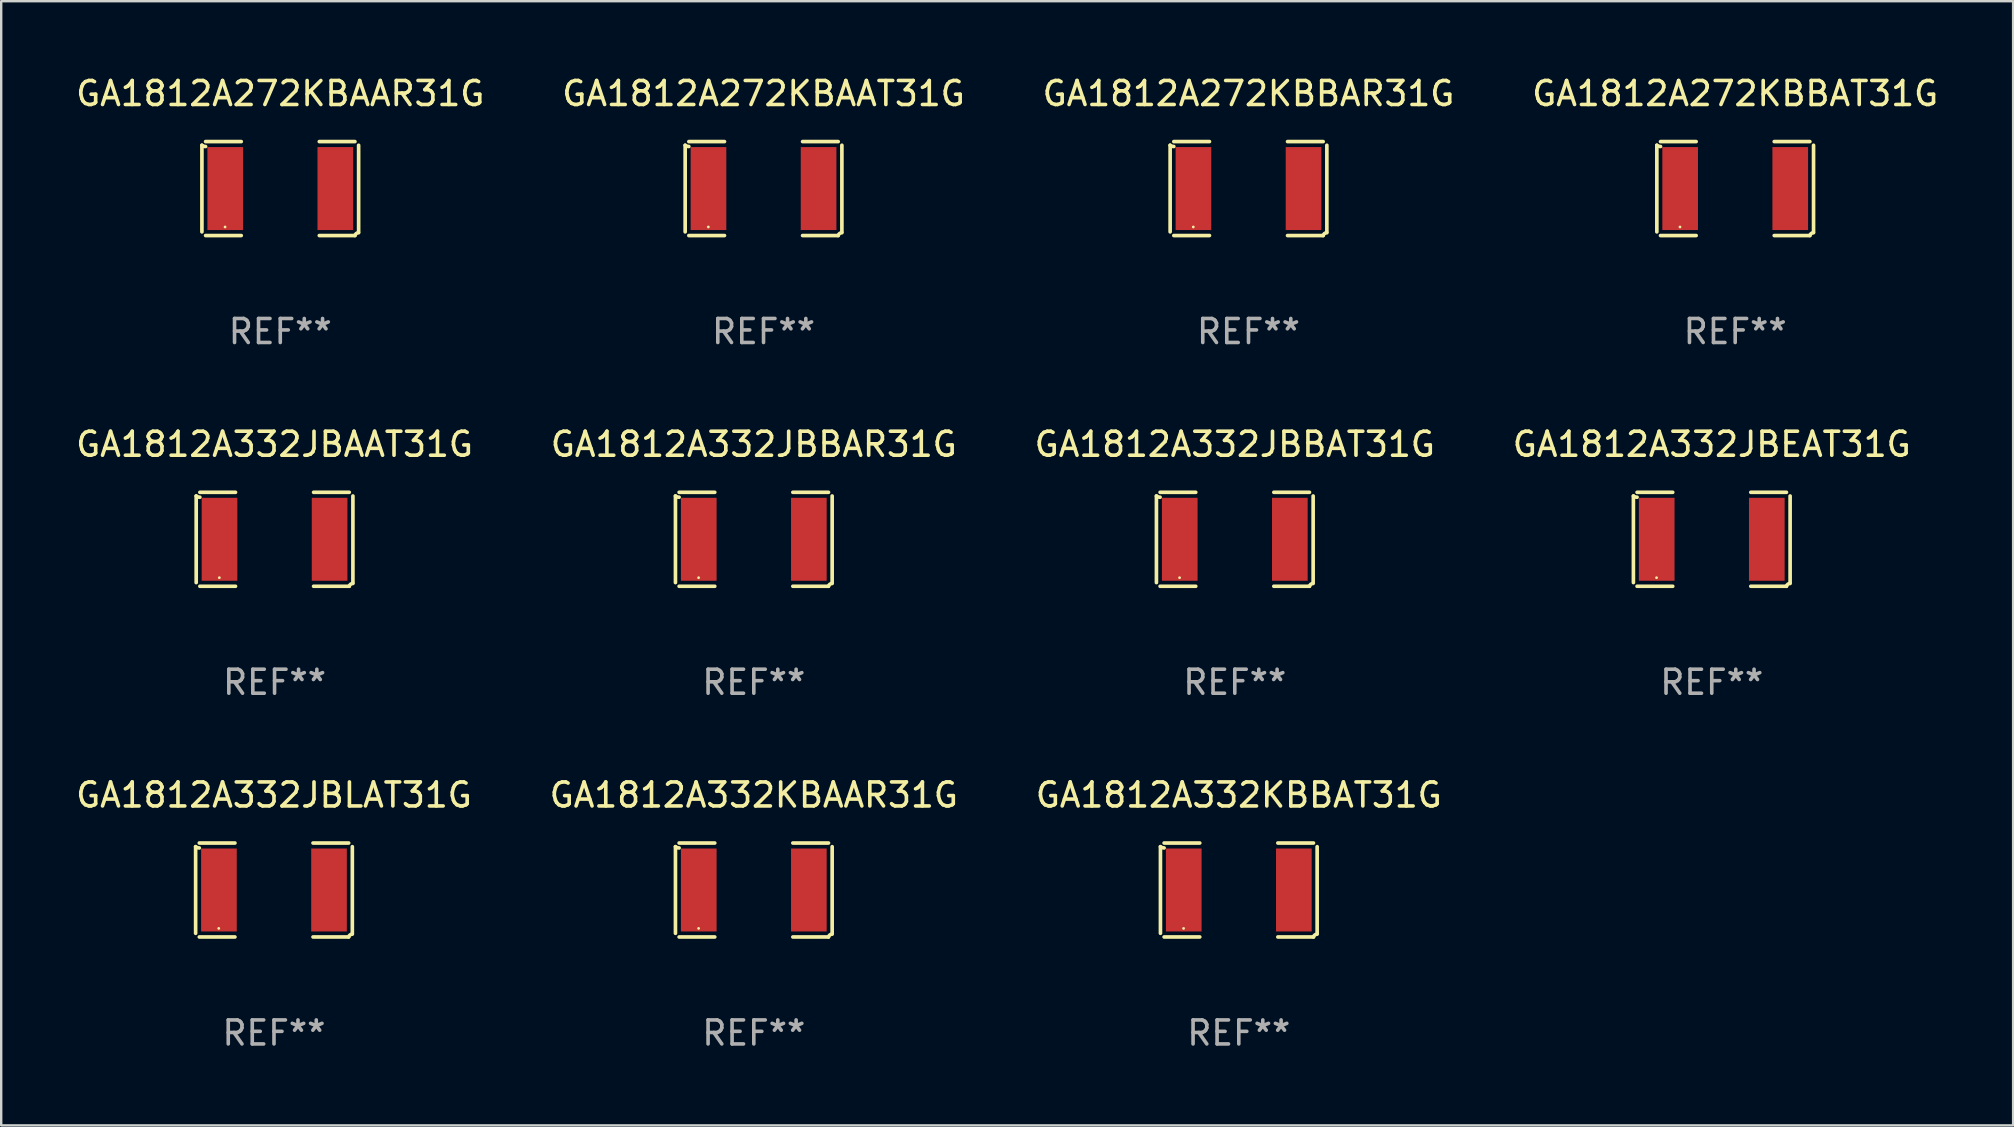
<source format=kicad_pcb>
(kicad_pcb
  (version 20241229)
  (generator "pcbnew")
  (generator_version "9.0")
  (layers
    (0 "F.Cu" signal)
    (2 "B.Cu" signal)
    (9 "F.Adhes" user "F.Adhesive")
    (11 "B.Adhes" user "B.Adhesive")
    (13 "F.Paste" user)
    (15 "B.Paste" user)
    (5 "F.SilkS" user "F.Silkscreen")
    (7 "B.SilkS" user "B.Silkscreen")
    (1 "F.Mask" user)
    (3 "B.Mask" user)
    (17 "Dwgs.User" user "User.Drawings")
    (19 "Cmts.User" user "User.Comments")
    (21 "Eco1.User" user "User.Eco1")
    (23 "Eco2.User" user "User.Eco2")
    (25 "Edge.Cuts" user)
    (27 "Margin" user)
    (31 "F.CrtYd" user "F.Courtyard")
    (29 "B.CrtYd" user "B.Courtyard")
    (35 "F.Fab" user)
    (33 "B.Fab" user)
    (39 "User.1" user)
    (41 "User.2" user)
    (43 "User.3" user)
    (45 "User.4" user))
  (footprint "GA1812A332JBEAT31G"
    (layer "F.Cu")
    (at 68.256 19.415)
    (property "Reference" "GA1812A332JBEAT31G" (at 0 -3.957 0) (layer "F.SilkS") (effects (font (size 1 1) (thickness 0.15))))
    (attr through_hole)
    (fp_line (start -3.264 1.804) (end -3.264 -1.804) (stroke (width 0.152) (type solid)) (layer "F.SilkS"))
    (fp_line (start -3.111 -1.957) (end -1.626 -1.957) (stroke (width 0.152) (type solid)) (layer "F.SilkS"))
    (fp_line (start -1.626 1.957) (end -3.111 1.957) (stroke (width 0.152) (type solid)) (layer "F.SilkS"))
    (fp_line (start 1.626 1.957) (end 3.111 1.957) (stroke (width 0.152) (type solid)) (layer "F.SilkS"))
    (fp_line (start 3.111 -1.957) (end 1.626 -1.957) (stroke (width 0.152) (type solid)) (layer "F.SilkS"))
    (fp_line (start 3.264 1.804) (end 3.264 -1.804) (stroke (width 0.152) (type solid)) (layer "F.SilkS"))
    (fp_arc (start -3.111202 -1.752192) (mid -3.191715 -1.76555) (end -3.263602 -1.804191) (stroke (width 0.1524) (type solid)) (layer "F.SilkS"))
    (fp_arc (start 3.111201 1.956591) (mid 3.167789 1.872777) (end 3.263602 1.840424) (stroke (width 0.1524) (type solid)) (layer "F.SilkS"))
    (fp_circle (center -2.3 1.6) (end -2.27 1.6) (stroke (width 0.06) (type solid)) (fill no) (layer "F.SilkS"))
    (fp_text user "REF**" (at 0 5.957 0) (layer "F.Fab") (effects (font (size 1 1) (thickness 0.15))))
    (pad "1" smd rect (at -2.293 0) (size 1.485 3.456) (layers "F.Cu" "F.Mask" "F.Paste"))
    (pad "2" smd rect (at 2.293 0) (size 1.485 3.456) (layers "F.Cu" "F.Mask" "F.Paste")))
  (footprint "GA1812A272KBBAR31G"
    (layer "F.Cu")
    (at 48.958 4.805)
    (property "Reference" "GA1812A272KBBAR31G" (at 0 -3.957 0) (layer "F.SilkS") (effects (font (size 1 1) (thickness 0.15))))
    (attr through_hole)
    (fp_line (start -3.264 1.804) (end -3.264 -1.804) (stroke (width 0.152) (type solid)) (layer "F.SilkS"))
    (fp_line (start -3.111 -1.957) (end -1.626 -1.957) (stroke (width 0.152) (type solid)) (layer "F.SilkS"))
    (fp_line (start -1.626 1.957) (end -3.111 1.957) (stroke (width 0.152) (type solid)) (layer "F.SilkS"))
    (fp_line (start 1.626 1.957) (end 3.111 1.957) (stroke (width 0.152) (type solid)) (layer "F.SilkS"))
    (fp_line (start 3.111 -1.957) (end 1.626 -1.957) (stroke (width 0.152) (type solid)) (layer "F.SilkS"))
    (fp_line (start 3.264 1.804) (end 3.264 -1.804) (stroke (width 0.152) (type solid)) (layer "F.SilkS"))
    (fp_arc (start -3.111202 -1.752192) (mid -3.191715 -1.76555) (end -3.263602 -1.804191) (stroke (width 0.1524) (type solid)) (layer "F.SilkS"))
    (fp_arc (start 3.111201 1.956591) (mid 3.167789 1.872777) (end 3.263602 1.840424) (stroke (width 0.1524) (type solid)) (layer "F.SilkS"))
    (fp_circle (center -2.3 1.6) (end -2.27 1.6) (stroke (width 0.06) (type solid)) (fill no) (layer "F.SilkS"))
    (fp_text user "REF**" (at 0 5.957 0) (layer "F.Fab") (effects (font (size 1 1) (thickness 0.15))))
    (pad "1" smd rect (at -2.293 0) (size 1.485 3.456) (layers "F.Cu" "F.Mask" "F.Paste"))
    (pad "2" smd rect (at 2.293 0) (size 1.485 3.456) (layers "F.Cu" "F.Mask" "F.Paste")))
  (footprint "GA1812A332KBAAR31G"
    (layer "F.Cu")
    (at 28.351 34.024)
    (property "Reference" "GA1812A332KBAAR31G" (at 0 -3.957 0) (layer "F.SilkS") (effects (font (size 1 1) (thickness 0.15))))
    (attr through_hole)
    (fp_line (start -3.264 1.804) (end -3.264 -1.804) (stroke (width 0.152) (type solid)) (layer "F.SilkS"))
    (fp_line (start -3.111 -1.957) (end -1.626 -1.957) (stroke (width 0.152) (type solid)) (layer "F.SilkS"))
    (fp_line (start -1.626 1.957) (end -3.111 1.957) (stroke (width 0.152) (type solid)) (layer "F.SilkS"))
    (fp_line (start 1.626 1.957) (end 3.111 1.957) (stroke (width 0.152) (type solid)) (layer "F.SilkS"))
    (fp_line (start 3.111 -1.957) (end 1.626 -1.957) (stroke (width 0.152) (type solid)) (layer "F.SilkS"))
    (fp_line (start 3.264 1.804) (end 3.264 -1.804) (stroke (width 0.152) (type solid)) (layer "F.SilkS"))
    (fp_arc (start -3.111202 -1.752192) (mid -3.191715 -1.76555) (end -3.263602 -1.804191) (stroke (width 0.1524) (type solid)) (layer "F.SilkS"))
    (fp_arc (start 3.111201 1.956591) (mid 3.167789 1.872777) (end 3.263602 1.840424) (stroke (width 0.1524) (type solid)) (layer "F.SilkS"))
    (fp_circle (center -2.3 1.6) (end -2.27 1.6) (stroke (width 0.06) (type solid)) (fill no) (layer "F.SilkS"))
    (fp_text user "REF**" (at 0 5.957 0) (layer "F.Fab") (effects (font (size 1 1) (thickness 0.15))))
    (pad "1" smd rect (at -2.293 0) (size 1.485 3.456) (layers "F.Cu" "F.Mask" "F.Paste"))
    (pad "2" smd rect (at 2.293 0) (size 1.485 3.456) (layers "F.Cu" "F.Mask" "F.Paste")))
  (footprint "GA1812A332KBBAT31G"
    (layer "F.Cu")
    (at 48.554 34.024)
    (property "Reference" "GA1812A332KBBAT31G" (at 0 -3.957 0) (layer "F.SilkS") (effects (font (size 1 1) (thickness 0.15))))
    (attr through_hole)
    (fp_line (start -3.264 1.804) (end -3.264 -1.804) (stroke (width 0.152) (type solid)) (layer "F.SilkS"))
    (fp_line (start -3.111 -1.957) (end -1.626 -1.957) (stroke (width 0.152) (type solid)) (layer "F.SilkS"))
    (fp_line (start -1.626 1.957) (end -3.111 1.957) (stroke (width 0.152) (type solid)) (layer "F.SilkS"))
    (fp_line (start 1.626 1.957) (end 3.111 1.957) (stroke (width 0.152) (type solid)) (layer "F.SilkS"))
    (fp_line (start 3.111 -1.957) (end 1.626 -1.957) (stroke (width 0.152) (type solid)) (layer "F.SilkS"))
    (fp_line (start 3.264 1.804) (end 3.264 -1.804) (stroke (width 0.152) (type solid)) (layer "F.SilkS"))
    (fp_arc (start -3.111202 -1.752192) (mid -3.191715 -1.76555) (end -3.263602 -1.804191) (stroke (width 0.1524) (type solid)) (layer "F.SilkS"))
    (fp_arc (start 3.111201 1.956591) (mid 3.167789 1.872777) (end 3.263602 1.840424) (stroke (width 0.1524) (type solid)) (layer "F.SilkS"))
    (fp_circle (center -2.3 1.6) (end -2.27 1.6) (stroke (width 0.06) (type solid)) (fill no) (layer "F.SilkS"))
    (fp_text user "REF**" (at 0 5.957 0) (layer "F.Fab") (effects (font (size 1 1) (thickness 0.15))))
    (pad "1" smd rect (at -2.293 0) (size 1.485 3.456) (layers "F.Cu" "F.Mask" "F.Paste"))
    (pad "2" smd rect (at 2.293 0) (size 1.485 3.456) (layers "F.Cu" "F.Mask" "F.Paste")))
  (footprint "GA1812A272KBBAT31G"
    (layer "F.Cu")
    (at 69.232 4.805)
    (property "Reference" "GA1812A272KBBAT31G" (at 0 -3.957 0) (layer "F.SilkS") (effects (font (size 1 1) (thickness 0.15))))
    (attr through_hole)
    (fp_line (start -3.264 1.804) (end -3.264 -1.804) (stroke (width 0.152) (type solid)) (layer "F.SilkS"))
    (fp_line (start -3.111 -1.957) (end -1.626 -1.957) (stroke (width 0.152) (type solid)) (layer "F.SilkS"))
    (fp_line (start -1.626 1.957) (end -3.111 1.957) (stroke (width 0.152) (type solid)) (layer "F.SilkS"))
    (fp_line (start 1.626 1.957) (end 3.111 1.957) (stroke (width 0.152) (type solid)) (layer "F.SilkS"))
    (fp_line (start 3.111 -1.957) (end 1.626 -1.957) (stroke (width 0.152) (type solid)) (layer "F.SilkS"))
    (fp_line (start 3.264 1.804) (end 3.264 -1.804) (stroke (width 0.152) (type solid)) (layer "F.SilkS"))
    (fp_arc (start -3.111202 -1.752192) (mid -3.191715 -1.76555) (end -3.263602 -1.804191) (stroke (width 0.1524) (type solid)) (layer "F.SilkS"))
    (fp_arc (start 3.111201 1.956591) (mid 3.167789 1.872777) (end 3.263602 1.840424) (stroke (width 0.1524) (type solid)) (layer "F.SilkS"))
    (fp_circle (center -2.3 1.6) (end -2.27 1.6) (stroke (width 0.06) (type solid)) (fill no) (layer "F.SilkS"))
    (fp_text user "REF**" (at 0 5.957 0) (layer "F.Fab") (effects (font (size 1 1) (thickness 0.15))))
    (pad "1" smd rect (at -2.293 0) (size 1.485 3.456) (layers "F.Cu" "F.Mask" "F.Paste"))
    (pad "2" smd rect (at 2.293 0) (size 1.485 3.456) (layers "F.Cu" "F.Mask" "F.Paste")))
  (footprint "GA1812A332JBBAR31G"
    (layer "F.Cu")
    (at 28.351 19.415)
    (property "Reference" "GA1812A332JBBAR31G" (at 0 -3.957 0) (layer "F.SilkS") (effects (font (size 1 1) (thickness 0.15))))
    (attr through_hole)
    (fp_line (start -3.264 1.804) (end -3.264 -1.804) (stroke (width 0.152) (type solid)) (layer "F.SilkS"))
    (fp_line (start -3.111 -1.957) (end -1.626 -1.957) (stroke (width 0.152) (type solid)) (layer "F.SilkS"))
    (fp_line (start -1.626 1.957) (end -3.111 1.957) (stroke (width 0.152) (type solid)) (layer "F.SilkS"))
    (fp_line (start 1.626 1.957) (end 3.111 1.957) (stroke (width 0.152) (type solid)) (layer "F.SilkS"))
    (fp_line (start 3.111 -1.957) (end 1.626 -1.957) (stroke (width 0.152) (type solid)) (layer "F.SilkS"))
    (fp_line (start 3.264 1.804) (end 3.264 -1.804) (stroke (width 0.152) (type solid)) (layer "F.SilkS"))
    (fp_arc (start -3.111202 -1.752192) (mid -3.191715 -1.76555) (end -3.263602 -1.804191) (stroke (width 0.1524) (type solid)) (layer "F.SilkS"))
    (fp_arc (start 3.111201 1.956591) (mid 3.167789 1.872777) (end 3.263602 1.840424) (stroke (width 0.1524) (type solid)) (layer "F.SilkS"))
    (fp_circle (center -2.3 1.6) (end -2.27 1.6) (stroke (width 0.06) (type solid)) (fill no) (layer "F.SilkS"))
    (fp_text user "REF**" (at 0 5.957 0) (layer "F.Fab") (effects (font (size 1 1) (thickness 0.15))))
    (pad "1" smd rect (at -2.293 0) (size 1.485 3.456) (layers "F.Cu" "F.Mask" "F.Paste"))
    (pad "2" smd rect (at 2.293 0) (size 1.485 3.456) (layers "F.Cu" "F.Mask" "F.Paste")))
  (footprint "GA1812A332JBBAT31G"
    (layer "F.Cu")
    (at 48.387 19.415)
    (property "Reference" "GA1812A332JBBAT31G" (at 0 -3.957 0) (layer "F.SilkS") (effects (font (size 1 1) (thickness 0.15))))
    (attr through_hole)
    (fp_line (start -3.264 1.804) (end -3.264 -1.804) (stroke (width 0.152) (type solid)) (layer "F.SilkS"))
    (fp_line (start -3.111 -1.957) (end -1.626 -1.957) (stroke (width 0.152) (type solid)) (layer "F.SilkS"))
    (fp_line (start -1.626 1.957) (end -3.111 1.957) (stroke (width 0.152) (type solid)) (layer "F.SilkS"))
    (fp_line (start 1.626 1.957) (end 3.111 1.957) (stroke (width 0.152) (type solid)) (layer "F.SilkS"))
    (fp_line (start 3.111 -1.957) (end 1.626 -1.957) (stroke (width 0.152) (type solid)) (layer "F.SilkS"))
    (fp_line (start 3.264 1.804) (end 3.264 -1.804) (stroke (width 0.152) (type solid)) (layer "F.SilkS"))
    (fp_arc (start -3.111202 -1.752192) (mid -3.191715 -1.76555) (end -3.263602 -1.804191) (stroke (width 0.1524) (type solid)) (layer "F.SilkS"))
    (fp_arc (start 3.111201 1.956591) (mid 3.167789 1.872777) (end 3.263602 1.840424) (stroke (width 0.1524) (type solid)) (layer "F.SilkS"))
    (fp_circle (center -2.3 1.6) (end -2.27 1.6) (stroke (width 0.06) (type solid)) (fill no) (layer "F.SilkS"))
    (fp_text user "REF**" (at 0 5.957 0) (layer "F.Fab") (effects (font (size 1 1) (thickness 0.15))))
    (pad "1" smd rect (at -2.293 0) (size 1.485 3.456) (layers "F.Cu" "F.Mask" "F.Paste"))
    (pad "2" smd rect (at 2.293 0) (size 1.485 3.456) (layers "F.Cu" "F.Mask" "F.Paste")))
  (footprint "GA1812A272KBAAR31G"
    (layer "F.Cu")
    (at 8.625 4.805)
    (property "Reference" "GA1812A272KBAAR31G" (at 0 -3.957 0) (layer "F.SilkS") (effects (font (size 1 1) (thickness 0.15))))
    (attr through_hole)
    (fp_line (start -3.264 1.804) (end -3.264 -1.804) (stroke (width 0.152) (type solid)) (layer "F.SilkS"))
    (fp_line (start -3.111 -1.957) (end -1.626 -1.957) (stroke (width 0.152) (type solid)) (layer "F.SilkS"))
    (fp_line (start -1.626 1.957) (end -3.111 1.957) (stroke (width 0.152) (type solid)) (layer "F.SilkS"))
    (fp_line (start 1.626 1.957) (end 3.111 1.957) (stroke (width 0.152) (type solid)) (layer "F.SilkS"))
    (fp_line (start 3.111 -1.957) (end 1.626 -1.957) (stroke (width 0.152) (type solid)) (layer "F.SilkS"))
    (fp_line (start 3.264 1.804) (end 3.264 -1.804) (stroke (width 0.152) (type solid)) (layer "F.SilkS"))
    (fp_arc (start -3.111202 -1.752192) (mid -3.191715 -1.76555) (end -3.263602 -1.804191) (stroke (width 0.1524) (type solid)) (layer "F.SilkS"))
    (fp_arc (start 3.111201 1.956591) (mid 3.167789 1.872777) (end 3.263602 1.840424) (stroke (width 0.1524) (type solid)) (layer "F.SilkS"))
    (fp_circle (center -2.3 1.6) (end -2.27 1.6) (stroke (width 0.06) (type solid)) (fill no) (layer "F.SilkS"))
    (fp_text user "REF**" (at 0 5.957 0) (layer "F.Fab") (effects (font (size 1 1) (thickness 0.15))))
    (pad "1" smd rect (at -2.293 0) (size 1.485 3.456) (layers "F.Cu" "F.Mask" "F.Paste"))
    (pad "2" smd rect (at 2.293 0) (size 1.485 3.456) (layers "F.Cu" "F.Mask" "F.Paste")))
  (footprint "GA1812A332JBAAT31G"
    (layer "F.Cu")
    (at 8.387 19.415)
    (property "Reference" "GA1812A332JBAAT31G" (at 0 -3.957 0) (layer "F.SilkS") (effects (font (size 1 1) (thickness 0.15))))
    (attr through_hole)
    (fp_line (start -3.264 1.804) (end -3.264 -1.804) (stroke (width 0.152) (type solid)) (layer "F.SilkS"))
    (fp_line (start -3.111 -1.957) (end -1.626 -1.957) (stroke (width 0.152) (type solid)) (layer "F.SilkS"))
    (fp_line (start -1.626 1.957) (end -3.111 1.957) (stroke (width 0.152) (type solid)) (layer "F.SilkS"))
    (fp_line (start 1.626 1.957) (end 3.111 1.957) (stroke (width 0.152) (type solid)) (layer "F.SilkS"))
    (fp_line (start 3.111 -1.957) (end 1.626 -1.957) (stroke (width 0.152) (type solid)) (layer "F.SilkS"))
    (fp_line (start 3.264 1.804) (end 3.264 -1.804) (stroke (width 0.152) (type solid)) (layer "F.SilkS"))
    (fp_arc (start -3.111202 -1.752192) (mid -3.191715 -1.76555) (end -3.263602 -1.804191) (stroke (width 0.1524) (type solid)) (layer "F.SilkS"))
    (fp_arc (start 3.111201 1.956591) (mid 3.167789 1.872777) (end 3.263602 1.840424) (stroke (width 0.1524) (type solid)) (layer "F.SilkS"))
    (fp_circle (center -2.3 1.6) (end -2.27 1.6) (stroke (width 0.06) (type solid)) (fill no) (layer "F.SilkS"))
    (fp_text user "REF**" (at 0 5.957 0) (layer "F.Fab") (effects (font (size 1 1) (thickness 0.15))))
    (pad "1" smd rect (at -2.293 0) (size 1.485 3.456) (layers "F.Cu" "F.Mask" "F.Paste"))
    (pad "2" smd rect (at 2.293 0) (size 1.485 3.456) (layers "F.Cu" "F.Mask" "F.Paste")))
  (footprint "GA1812A272KBAAT31G"
    (layer "F.Cu")
    (at 28.756 4.805)
    (property "Reference" "GA1812A272KBAAT31G" (at 0 -3.957 0) (layer "F.SilkS") (effects (font (size 1 1) (thickness 0.15))))
    (attr through_hole)
    (fp_line (start -3.264 1.804) (end -3.264 -1.804) (stroke (width 0.152) (type solid)) (layer "F.SilkS"))
    (fp_line (start -3.111 -1.957) (end -1.626 -1.957) (stroke (width 0.152) (type solid)) (layer "F.SilkS"))
    (fp_line (start -1.626 1.957) (end -3.111 1.957) (stroke (width 0.152) (type solid)) (layer "F.SilkS"))
    (fp_line (start 1.626 1.957) (end 3.111 1.957) (stroke (width 0.152) (type solid)) (layer "F.SilkS"))
    (fp_line (start 3.111 -1.957) (end 1.626 -1.957) (stroke (width 0.152) (type solid)) (layer "F.SilkS"))
    (fp_line (start 3.264 1.804) (end 3.264 -1.804) (stroke (width 0.152) (type solid)) (layer "F.SilkS"))
    (fp_arc (start -3.111202 -1.752192) (mid -3.191715 -1.76555) (end -3.263602 -1.804191) (stroke (width 0.1524) (type solid)) (layer "F.SilkS"))
    (fp_arc (start 3.111201 1.956591) (mid 3.167789 1.872777) (end 3.263602 1.840424) (stroke (width 0.1524) (type solid)) (layer "F.SilkS"))
    (fp_circle (center -2.3 1.6) (end -2.27 1.6) (stroke (width 0.06) (type solid)) (fill no) (layer "F.SilkS"))
    (fp_text user "REF**" (at 0 5.957 0) (layer "F.Fab") (effects (font (size 1 1) (thickness 0.15))))
    (pad "1" smd rect (at -2.293 0) (size 1.485 3.456) (layers "F.Cu" "F.Mask" "F.Paste"))
    (pad "2" smd rect (at 2.293 0) (size 1.485 3.456) (layers "F.Cu" "F.Mask" "F.Paste")))
  (footprint "GA1812A332JBLAT31G"
    (layer "F.Cu")
    (at 8.363 34.024)
    (property "Reference" "GA1812A332JBLAT31G" (at 0 -3.957 0) (layer "F.SilkS") (effects (font (size 1 1) (thickness 0.15))))
    (attr through_hole)
    (fp_line (start -3.264 1.804) (end -3.264 -1.804) (stroke (width 0.152) (type solid)) (layer "F.SilkS"))
    (fp_line (start -3.111 -1.957) (end -1.626 -1.957) (stroke (width 0.152) (type solid)) (layer "F.SilkS"))
    (fp_line (start -1.626 1.957) (end -3.111 1.957) (stroke (width 0.152) (type solid)) (layer "F.SilkS"))
    (fp_line (start 1.626 1.957) (end 3.111 1.957) (stroke (width 0.152) (type solid)) (layer "F.SilkS"))
    (fp_line (start 3.111 -1.957) (end 1.626 -1.957) (stroke (width 0.152) (type solid)) (layer "F.SilkS"))
    (fp_line (start 3.264 1.804) (end 3.264 -1.804) (stroke (width 0.152) (type solid)) (layer "F.SilkS"))
    (fp_arc (start -3.111202 -1.752192) (mid -3.191715 -1.76555) (end -3.263602 -1.804191) (stroke (width 0.1524) (type solid)) (layer "F.SilkS"))
    (fp_arc (start 3.111201 1.956591) (mid 3.167789 1.872777) (end 3.263602 1.840424) (stroke (width 0.1524) (type solid)) (layer "F.SilkS"))
    (fp_circle (center -2.3 1.6) (end -2.27 1.6) (stroke (width 0.06) (type solid)) (fill no) (layer "F.SilkS"))
    (fp_text user "REF**" (at 0 5.957 0) (layer "F.Fab") (effects (font (size 1 1) (thickness 0.15))))
    (pad "1" smd rect (at -2.293 0) (size 1.485 3.456) (layers "F.Cu" "F.Mask" "F.Paste"))
    (pad "2" smd rect (at 2.293 0) (size 1.485 3.456) (layers "F.Cu" "F.Mask" "F.Paste")))
  (gr_rect
    (start -3 -3)
    (end 80.81 43.829)
    (stroke (width 0.1) (type default))
    (fill no)
    (layer "Edge.Cuts")))
</source>
